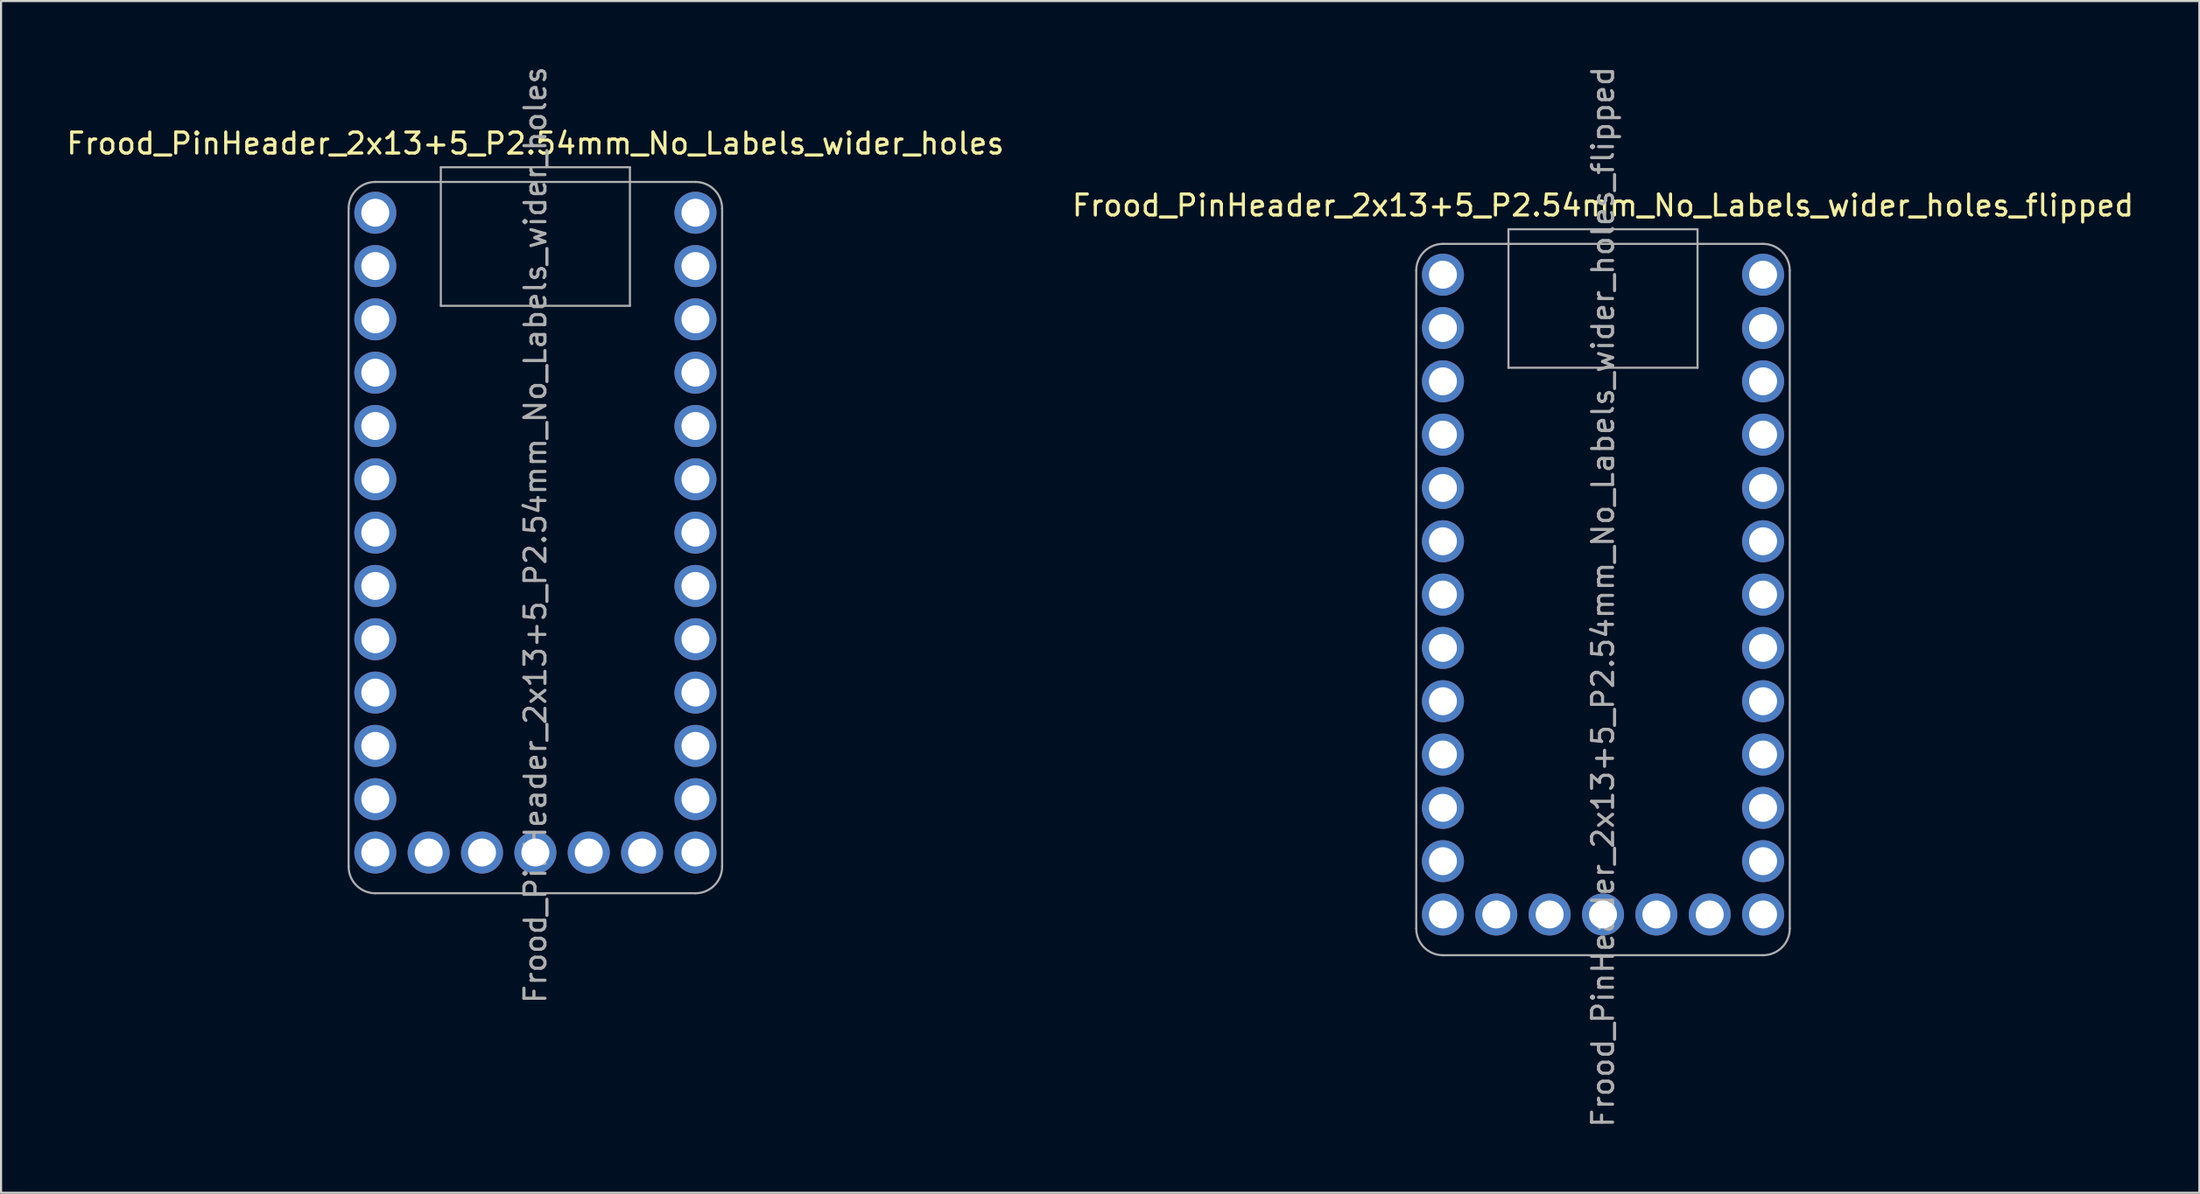
<source format=kicad_pcb>
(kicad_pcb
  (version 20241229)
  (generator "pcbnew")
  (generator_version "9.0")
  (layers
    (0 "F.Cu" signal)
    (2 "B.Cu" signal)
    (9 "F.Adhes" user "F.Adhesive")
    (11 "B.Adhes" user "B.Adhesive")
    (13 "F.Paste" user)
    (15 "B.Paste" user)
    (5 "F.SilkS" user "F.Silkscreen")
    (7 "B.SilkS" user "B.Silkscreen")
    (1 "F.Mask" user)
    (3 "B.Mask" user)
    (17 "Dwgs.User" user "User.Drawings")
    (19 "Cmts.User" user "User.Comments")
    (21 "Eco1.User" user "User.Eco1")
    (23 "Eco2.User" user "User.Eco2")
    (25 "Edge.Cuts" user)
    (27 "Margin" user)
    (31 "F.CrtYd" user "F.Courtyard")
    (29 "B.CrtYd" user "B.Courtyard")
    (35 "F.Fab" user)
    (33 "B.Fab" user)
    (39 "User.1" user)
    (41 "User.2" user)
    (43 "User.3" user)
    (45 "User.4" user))
  (footprint "Frood_PinHeader_2x13+5_P2.54mm_No_Labels_wider_holes_flipped"
    (layer "F.Cu")
    (at 73.256 10.037)
    (property "Reference" "Frood_PinHeader_2x13+5_P2.54mm_No_Labels_wider_holes_flipped" (at 0 -3.3 0) (layer "F.SilkS") (effects (font (size 1 1) (thickness 0.15))))
    (attr through_hole)
    (fp_line (start -8.89 -0.197) (end -8.89 31.15) (stroke (width 0.1) (type solid)) (layer "F.Fab"))
    (fp_line (start -7.62 -1.468) (end 7.62 -1.468) (stroke (width 0.1) (type solid)) (layer "F.Fab"))
    (fp_line (start -7.62 32.42) (end 7.62 32.42) (stroke (width 0.1) (type solid)) (layer "F.Fab"))
    (fp_line (start -4.5 -2.167) (end -4.5 4.433) (stroke (width 0.1) (type solid)) (layer "F.Fab"))
    (fp_line (start -4.5 4.433) (end 4.5 4.433) (stroke (width 0.1) (type solid)) (layer "F.Fab"))
    (fp_line (start 4.5 -2.167) (end -4.5 -2.167) (stroke (width 0.1) (type solid)) (layer "F.Fab"))
    (fp_line (start 4.5 4.433) (end 4.5 -2.167) (stroke (width 0.1) (type solid)) (layer "F.Fab"))
    (fp_line (start 8.89 31.15) (end 8.89 -0.197) (stroke (width 0.1) (type solid)) (layer "F.Fab"))
    (fp_arc (start -8.89 -0.19725) (mid -8.518056 -1.095452) (end -7.62 -1.46775) (stroke (width 0.1) (type solid)) (layer "F.Fab"))
    (fp_arc (start -7.62 32.42025) (mid -8.518026 32.048276) (end -8.89 31.15025) (stroke (width 0.1) (type solid)) (layer "F.Fab"))
    (fp_arc (start 7.62 -1.46775) (mid 8.518056 -1.095452) (end 8.89 -0.19725) (stroke (width 0.1) (type solid)) (layer "F.Fab"))
    (fp_arc (start 8.89 31.15025) (mid 8.518026 32.048276) (end 7.62 32.42025) (stroke (width 0.1) (type solid)) (layer "F.Fab"))
    (fp_text user "${REFERENCE}" (at 0 15.35 90) (layer "F.Fab") (effects (font (size 1 1) (thickness 0.15))))
    (pad "1" thru_hole oval (at -7.62 0) (size 2 2) (drill 1.33) (layers "*.Cu" "*.Mask"))
    (pad "2" thru_hole oval (at -7.62 2.54) (size 2 2) (drill 1.33) (layers "*.Cu" "*.Mask"))
    (pad "3" thru_hole oval (at -7.62 5.08) (size 2 2) (drill 1.33) (layers "*.Cu" "*.Mask"))
    (pad "4" thru_hole oval (at -7.62 7.62) (size 2 2) (drill 1.33) (layers "*.Cu" "*.Mask"))
    (pad "5" thru_hole oval (at -7.62 10.16) (size 2 2) (drill 1.33) (layers "*.Cu" "*.Mask"))
    (pad "6" thru_hole oval (at -7.62 12.7) (size 2 2) (drill 1.33) (layers "*.Cu" "*.Mask"))
    (pad "7" thru_hole oval (at -7.62 15.24) (size 2 2) (drill 1.33) (layers "*.Cu" "*.Mask"))
    (pad "8" thru_hole oval (at -7.62 17.78) (size 2 2) (drill 1.33) (layers "*.Cu" "*.Mask"))
    (pad "9" thru_hole oval (at -7.62 20.32) (size 2 2) (drill 1.33) (layers "*.Cu" "*.Mask"))
    (pad "10" thru_hole oval (at -7.62 22.86) (size 2 2) (drill 1.33) (layers "*.Cu" "*.Mask"))
    (pad "11" thru_hole oval (at -7.62 25.4) (size 2 2) (drill 1.33) (layers "*.Cu" "*.Mask"))
    (pad "12" thru_hole oval (at -7.62 27.94) (size 2 2) (drill 1.33) (layers "*.Cu" "*.Mask"))
    (pad "13" thru_hole oval (at -7.62 30.48) (size 2 2) (drill 1.33) (layers "*.Cu" "*.Mask"))
    (pad "14" thru_hole oval (at -5.08 30.48) (size 2 2) (drill 1.33) (layers "*.Cu" "*.Mask"))
    (pad "15" thru_hole oval (at -2.54 30.48) (size 2 2) (drill 1.33) (layers "*.Cu" "*.Mask"))
    (pad "16" thru_hole oval (at 0 30.48) (size 2 2) (drill 1.33) (layers "*.Cu" "*.Mask"))
    (pad "17" thru_hole oval (at 2.54 30.48) (size 2 2) (drill 1.33) (layers "*.Cu" "*.Mask"))
    (pad "18" thru_hole oval (at 5.08 30.48) (size 2 2) (drill 1.33) (layers "*.Cu" "*.Mask"))
    (pad "19" thru_hole oval (at 7.62 30.48) (size 2 2) (drill 1.33) (layers "*.Cu" "*.Mask"))
    (pad "20" thru_hole oval (at 7.62 27.94) (size 2 2) (drill 1.33) (layers "*.Cu" "*.Mask"))
    (pad "21" thru_hole oval (at 7.62 25.4) (size 2 2) (drill 1.33) (layers "*.Cu" "*.Mask"))
    (pad "22" thru_hole oval (at 7.62 22.86) (size 2 2) (drill 1.33) (layers "*.Cu" "*.Mask"))
    (pad "23" thru_hole oval (at 7.62 20.32) (size 2 2) (drill 1.33) (layers "*.Cu" "*.Mask"))
    (pad "24" thru_hole oval (at 7.62 17.78) (size 2 2) (drill 1.33) (layers "*.Cu" "*.Mask"))
    (pad "25" thru_hole oval (at 7.62 15.24) (size 2 2) (drill 1.33) (layers "*.Cu" "*.Mask"))
    (pad "26" thru_hole oval (at 7.62 12.7) (size 2 2) (drill 1.33) (layers "*.Cu" "*.Mask"))
    (pad "27" thru_hole oval (at 7.62 10.16) (size 2 2) (drill 1.33) (layers "*.Cu" "*.Mask"))
    (pad "28" thru_hole oval (at 7.62 7.62) (size 2 2) (drill 1.33) (layers "*.Cu" "*.Mask"))
    (pad "29" thru_hole oval (at 7.62 5.08) (size 2 2) (drill 1.33) (layers "*.Cu" "*.Mask"))
    (pad "30" thru_hole oval (at 7.62 2.54) (size 2 2) (drill 1.33) (layers "*.Cu" "*.Mask"))
    (pad "31" thru_hole oval (at 7.62 0) (size 2 2) (drill 1.33) (layers "*.Cu" "*.Mask")))
  (footprint "Frood_PinHeader_2x13+5_P2.54mm_No_Labels_wider_holes"
    (layer "F.Cu")
    (at 22.435 7.085)
    (property "Reference" "Frood_PinHeader_2x13+5_P2.54mm_No_Labels_wider_holes" (at 0 -3.3 0) (layer "F.SilkS") (effects (font (size 1 1) (thickness 0.15))))
    (attr through_hole)
    (fp_line (start -8.89 -0.197) (end -8.89 31.15) (stroke (width 0.1) (type solid)) (layer "F.Fab"))
    (fp_line (start -7.62 -1.468) (end 7.62 -1.468) (stroke (width 0.1) (type solid)) (layer "F.Fab"))
    (fp_line (start -7.62 32.42) (end 7.62 32.42) (stroke (width 0.1) (type solid)) (layer "F.Fab"))
    (fp_line (start -4.5 -2.167) (end -4.5 4.433) (stroke (width 0.1) (type solid)) (layer "F.Fab"))
    (fp_line (start -4.5 4.433) (end 4.5 4.433) (stroke (width 0.1) (type solid)) (layer "F.Fab"))
    (fp_line (start 4.5 -2.167) (end -4.5 -2.167) (stroke (width 0.1) (type solid)) (layer "F.Fab"))
    (fp_line (start 4.5 4.433) (end 4.5 -2.167) (stroke (width 0.1) (type solid)) (layer "F.Fab"))
    (fp_line (start 8.89 31.15) (end 8.89 -0.197) (stroke (width 0.1) (type solid)) (layer "F.Fab"))
    (fp_arc (start -8.89 -0.19725) (mid -8.518056 -1.095452) (end -7.62 -1.46775) (stroke (width 0.1) (type solid)) (layer "F.Fab"))
    (fp_arc (start -7.62 32.42025) (mid -8.518026 32.048276) (end -8.89 31.15025) (stroke (width 0.1) (type solid)) (layer "F.Fab"))
    (fp_arc (start 7.62 -1.46775) (mid 8.518056 -1.095452) (end 8.89 -0.19725) (stroke (width 0.1) (type solid)) (layer "F.Fab"))
    (fp_arc (start 8.89 31.15025) (mid 8.518026 32.048276) (end 7.62 32.42025) (stroke (width 0.1) (type solid)) (layer "F.Fab"))
    (fp_text user "${REFERENCE}" (at 0 15.35 90) (layer "F.Fab") (effects (font (size 1 1) (thickness 0.15))))
    (pad "1" thru_hole oval (at -7.62 0) (size 2 2) (drill 1.33) (layers "*.Cu" "*.Mask"))
    (pad "2" thru_hole oval (at -7.62 2.54) (size 2 2) (drill 1.33) (layers "*.Cu" "*.Mask"))
    (pad "3" thru_hole oval (at -7.62 5.08) (size 2 2) (drill 1.33) (layers "*.Cu" "*.Mask"))
    (pad "4" thru_hole oval (at -7.62 7.62) (size 2 2) (drill 1.33) (layers "*.Cu" "*.Mask"))
    (pad "5" thru_hole oval (at -7.62 10.16) (size 2 2) (drill 1.33) (layers "*.Cu" "*.Mask"))
    (pad "6" thru_hole oval (at -7.62 12.7) (size 2 2) (drill 1.33) (layers "*.Cu" "*.Mask"))
    (pad "7" thru_hole oval (at -7.62 15.24) (size 2 2) (drill 1.33) (layers "*.Cu" "*.Mask"))
    (pad "8" thru_hole oval (at -7.62 17.78) (size 2 2) (drill 1.33) (layers "*.Cu" "*.Mask"))
    (pad "9" thru_hole oval (at -7.62 20.32) (size 2 2) (drill 1.33) (layers "*.Cu" "*.Mask"))
    (pad "10" thru_hole oval (at -7.62 22.86) (size 2 2) (drill 1.33) (layers "*.Cu" "*.Mask"))
    (pad "11" thru_hole oval (at -7.62 25.4) (size 2 2) (drill 1.33) (layers "*.Cu" "*.Mask"))
    (pad "12" thru_hole oval (at -7.62 27.94) (size 2 2) (drill 1.33) (layers "*.Cu" "*.Mask"))
    (pad "13" thru_hole oval (at -7.62 30.48) (size 2 2) (drill 1.33) (layers "*.Cu" "*.Mask"))
    (pad "14" thru_hole oval (at -5.08 30.48) (size 2 2) (drill 1.33) (layers "*.Cu" "*.Mask"))
    (pad "15" thru_hole oval (at -2.54 30.48) (size 2 2) (drill 1.33) (layers "*.Cu" "*.Mask"))
    (pad "16" thru_hole oval (at 0 30.48) (size 2 2) (drill 1.33) (layers "*.Cu" "*.Mask"))
    (pad "17" thru_hole oval (at 2.54 30.48) (size 2 2) (drill 1.33) (layers "*.Cu" "*.Mask"))
    (pad "18" thru_hole oval (at 5.08 30.48) (size 2 2) (drill 1.33) (layers "*.Cu" "*.Mask"))
    (pad "19" thru_hole oval (at 7.62 30.48) (size 2 2) (drill 1.33) (layers "*.Cu" "*.Mask"))
    (pad "20" thru_hole oval (at 7.62 27.94) (size 2 2) (drill 1.33) (layers "*.Cu" "*.Mask"))
    (pad "21" thru_hole oval (at 7.62 25.4) (size 2 2) (drill 1.33) (layers "*.Cu" "*.Mask"))
    (pad "22" thru_hole oval (at 7.62 22.86) (size 2 2) (drill 1.33) (layers "*.Cu" "*.Mask"))
    (pad "23" thru_hole oval (at 7.62 20.32) (size 2 2) (drill 1.33) (layers "*.Cu" "*.Mask"))
    (pad "24" thru_hole oval (at 7.62 17.78) (size 2 2) (drill 1.33) (layers "*.Cu" "*.Mask"))
    (pad "25" thru_hole oval (at 7.62 15.24) (size 2 2) (drill 1.33) (layers "*.Cu" "*.Mask"))
    (pad "26" thru_hole oval (at 7.62 12.7) (size 2 2) (drill 1.33) (layers "*.Cu" "*.Mask"))
    (pad "27" thru_hole oval (at 7.62 10.16) (size 2 2) (drill 1.33) (layers "*.Cu" "*.Mask"))
    (pad "28" thru_hole oval (at 7.62 7.62) (size 2 2) (drill 1.33) (layers "*.Cu" "*.Mask"))
    (pad "29" thru_hole oval (at 7.62 5.08) (size 2 2) (drill 1.33) (layers "*.Cu" "*.Mask"))
    (pad "30" thru_hole oval (at 7.62 2.54) (size 2 2) (drill 1.33) (layers "*.Cu" "*.Mask"))
    (pad "31" thru_hole oval (at 7.62 0) (size 2 2) (drill 1.33) (layers "*.Cu" "*.Mask")))
  (gr_rect
    (start -3 -3)
    (end 101.643 53.774)
    (stroke (width 0.1) (type default))
    (fill no)
    (layer "Edge.Cuts")))
</source>
